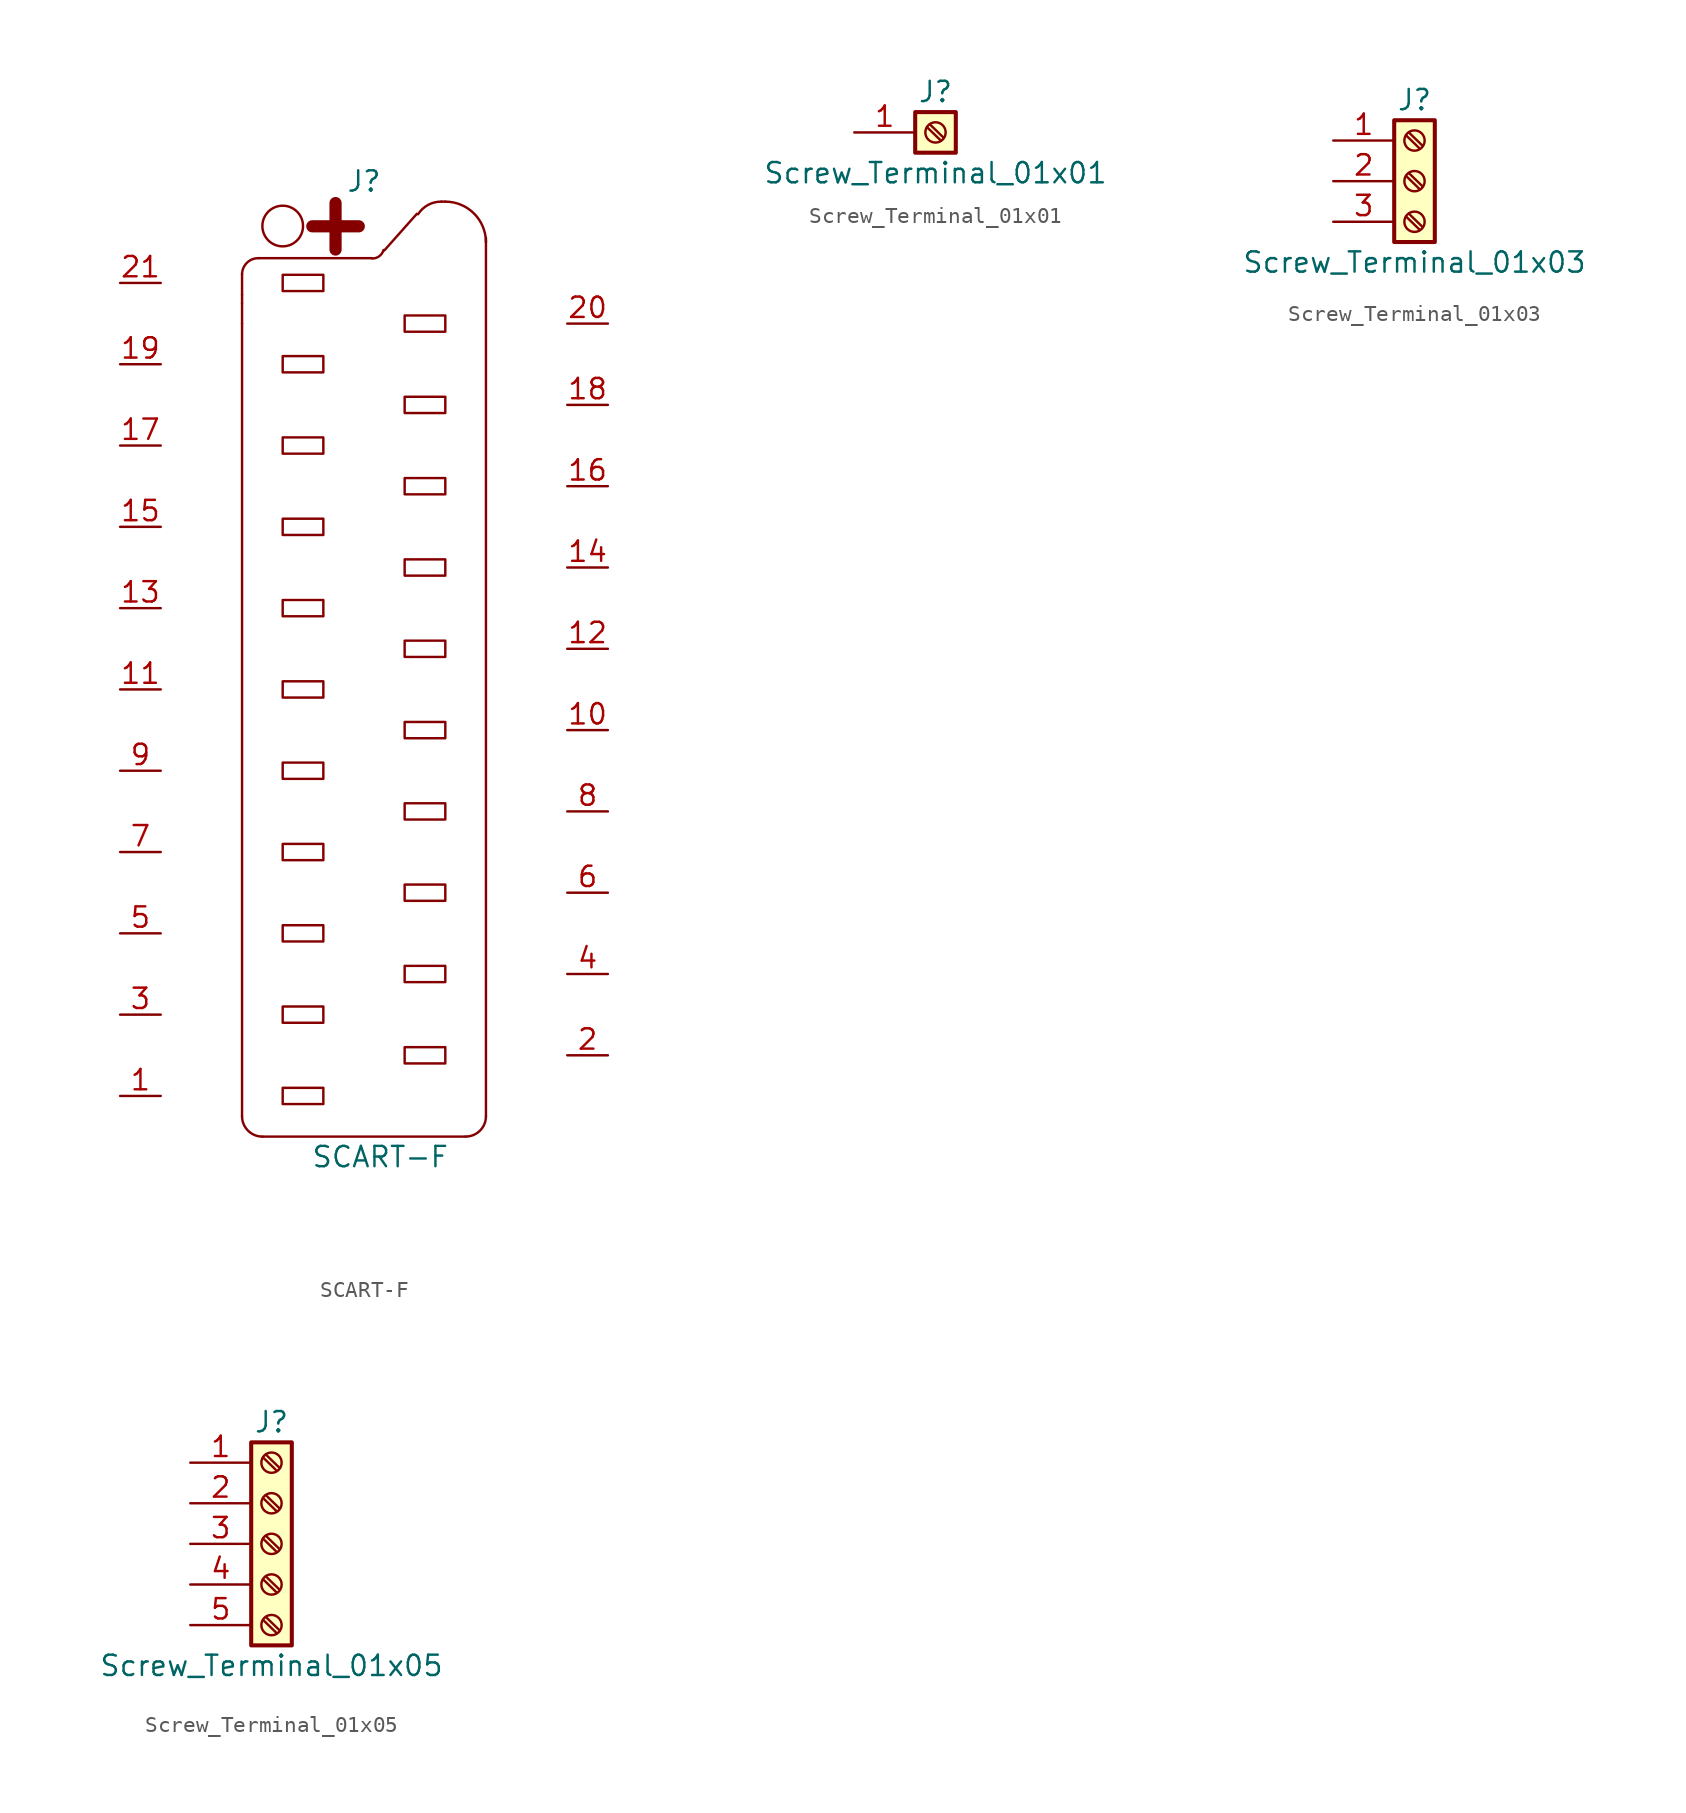
<source format=kicad_sym>
(kicad_symbol_lib
  (version 20241209)
  (generator "kicad_symbol_editor")
  (generator_version "9.0")
  (symbol "SCART-F"
    (pin_names
      (offset 0.762)
      (hide yes))
    (property "Reference" "J"
      (at 0 31.75 0)
      (effects (font (size 1.27 1.27))))
    (property "Value" "SCART-F"
      (at 1.016 -29.21 0)
      (effects (font (size 1.27 1.27))))
    (symbol "SCART-F_0_1"
      (polyline (pts (xy -7.62 24.663) (xy -7.62 25.933)) (stroke (width 0) (type default)) (fill (type none)))
      (polyline (pts (xy -7.62 24.663) (xy -7.62 24.13)) (stroke (width 0) (type default)) (fill (type none)))
      (polyline (pts (xy -7.62 22.86) (xy -7.62 24.13)) (stroke (width 0) (type default)) (fill (type none)))
      (polyline (pts (xy -7.62 22.86) (xy -7.62 -26.67)) (stroke (width 0) (type default)) (fill (type none)))
      (polyline (pts (xy -6.604 26.949) (xy 0.508 26.949)) (stroke (width 0) (type default)) (fill (type none)))
      (arc (start -7.62 25.9334) (mid -7.3224 26.6518) (end -6.604 26.9494) (stroke (width 0) (type default)) (fill (type none)))
      (polyline (pts (xy -6.35 -27.94) (xy 6.35 -27.94)) (stroke (width 0) (type default)) (fill (type none)))
      (arc (start -6.35 -27.94) (mid -7.248 -27.568) (end -7.62 -26.67) (stroke (width 0) (type default)) (fill (type none)))
      (circle (center -5.08 28.956) (radius 1.27) (stroke (width 0) (type default)) (fill (type none)))
      (rectangle (start -5.08 25.908) (end -2.54 24.892) (stroke (width 0) (type default)) (fill (type none)))
      (rectangle (start -5.08 20.828) (end -2.54 19.812) (stroke (width 0) (type default)) (fill (type none)))
      (rectangle (start -5.08 15.748) (end -2.54 14.732) (stroke (width 0) (type default)) (fill (type none)))
      (rectangle (start -5.08 10.668) (end -2.54 9.652) (stroke (width 0) (type default)) (fill (type none)))
      (rectangle (start -5.08 5.588) (end -2.54 4.572) (stroke (width 0) (type default)) (fill (type none)))
      (rectangle (start -5.08 0.508) (end -2.54 -0.508) (stroke (width 0) (type default)) (fill (type none)))
      (rectangle (start -5.08 -4.572) (end -2.54 -5.588) (stroke (width 0) (type default)) (fill (type none)))
      (rectangle (start -5.08 -9.652) (end -2.54 -10.668) (stroke (width 0) (type default)) (fill (type none)))
      (rectangle (start -5.08 -14.732) (end -2.54 -15.748) (stroke (width 0) (type default)) (fill (type none)))
      (rectangle (start -5.08 -19.812) (end -2.54 -20.828) (stroke (width 0) (type default)) (fill (type none)))
      (rectangle (start -5.08 -24.892) (end -2.54 -25.908) (stroke (width 0) (type default)) (fill (type none)))
      (arc (start 1.2192 27.4574) (mid 0.955 27.0688) (end 0.508 26.924) (stroke (width 0) (type default)) (fill (type none)))
      (rectangle (start 2.54 23.368) (end 5.08 22.352) (stroke (width 0) (type default)) (fill (type none)))
      (rectangle (start 2.54 18.288) (end 5.08 17.272) (stroke (width 0) (type default)) (fill (type none)))
      (rectangle (start 2.54 13.208) (end 5.08 12.192) (stroke (width 0) (type default)) (fill (type none)))
      (rectangle (start 2.54 8.128) (end 5.08 7.112) (stroke (width 0) (type default)) (fill (type none)))
      (rectangle (start 2.54 3.048) (end 5.08 2.032) (stroke (width 0) (type default)) (fill (type none)))
      (rectangle (start 2.54 -2.032) (end 5.08 -3.048) (stroke (width 0) (type default)) (fill (type none)))
      (rectangle (start 2.54 -7.112) (end 5.08 -8.128) (stroke (width 0) (type default)) (fill (type none)))
      (rectangle (start 2.54 -12.192) (end 5.08 -13.208) (stroke (width 0) (type default)) (fill (type none)))
      (rectangle (start 2.54 -17.272) (end 5.08 -18.288) (stroke (width 0) (type default)) (fill (type none)))
      (rectangle (start 2.54 -22.352) (end 5.08 -23.368) (stroke (width 0) (type default)) (fill (type none)))
      (polyline (pts (xy 3.302 29.718) (xy 1.27 27.432)) (stroke (width 0) (type default)) (fill (type none)))
      (arc (start 3.3782 29.6926) (mid 4.0004 30.2733) (end 4.826 30.48) (stroke (width 0) (type default)) (fill (type none)))
      (polyline (pts (xy 4.826 30.48) (xy 5.08 30.48)) (stroke (width 0) (type default)) (fill (type none)))
      (arc (start 5.08 30.48) (mid 6.8761 29.7361) (end 7.62 27.94) (stroke (width 0) (type default)) (fill (type none)))
      (arc (start 7.62 -26.67) (mid 7.248 -27.568) (end 6.35 -27.94) (stroke (width 0) (type default)) (fill (type none)))
      (polyline (pts (xy 7.62 -26.67) (xy 7.62 28.219)) (stroke (width 0) (type default)) (fill (type none)))
      (text "+" (at -1.778 29.21 0) (effects (font (size 3.81 3.81) (bold yes)))))
    (symbol "SCART-F_1_1"
      (pin passive line (at -15.24 25.4 0) (length 2.54) (name "P21" (effects (font (size 1.27 1.27)))) (number "21" (effects (font (size 1.27 1.27)))))
      (pin passive line (at -15.24 20.32 0) (length 2.54) (name "P19" (effects (font (size 1.27 1.27)))) (number "19" (effects (font (size 1.27 1.27)))))
      (pin passive line (at -15.24 15.24 0) (length 2.54) (name "P17" (effects (font (size 1.27 1.27)))) (number "17" (effects (font (size 1.27 1.27)))))
      (pin passive line (at -15.24 10.16 0) (length 2.54) (name "P15" (effects (font (size 1.27 1.27)))) (number "15" (effects (font (size 1.27 1.27)))))
      (pin passive line (at -15.24 5.08 0) (length 2.54) (name "P13" (effects (font (size 1.27 1.27)))) (number "13" (effects (font (size 1.27 1.27)))))
      (pin passive line (at -15.24 0 0) (length 2.54) (name "P11" (effects (font (size 1.27 1.27)))) (number "11" (effects (font (size 1.27 1.27)))))
      (pin passive line (at -15.24 -5.08 0) (length 2.54) (name "P9" (effects (font (size 1.27 1.27)))) (number "9" (effects (font (size 1.27 1.27)))))
      (pin passive line (at -15.24 -10.16 0) (length 2.54) (name "P7" (effects (font (size 1.27 1.27)))) (number "7" (effects (font (size 1.27 1.27)))))
      (pin passive line (at -15.24 -15.24 0) (length 2.54) (name "P5" (effects (font (size 1.27 1.27)))) (number "5" (effects (font (size 1.27 1.27)))))
      (pin passive line (at -15.24 -20.32 0) (length 2.54) (name "P3" (effects (font (size 1.27 1.27)))) (number "3" (effects (font (size 1.27 1.27)))))
      (pin passive line (at -15.24 -25.4 0) (length 2.54) (name "P1" (effects (font (size 1.27 1.27)))) (number "1" (effects (font (size 1.27 1.27)))))
      (pin passive line (at 15.24 22.86 180) (length 2.54) (name "P20" (effects (font (size 1.27 1.27)))) (number "20" (effects (font (size 1.27 1.27)))))
      (pin passive line (at 15.24 17.78 180) (length 2.54) (name "P18" (effects (font (size 1.27 1.27)))) (number "18" (effects (font (size 1.27 1.27)))))
      (pin passive line (at 15.24 12.7 180) (length 2.54) (name "P16" (effects (font (size 1.27 1.27)))) (number "16" (effects (font (size 1.27 1.27)))))
      (pin passive line (at 15.24 7.62 180) (length 2.54) (name "P14" (effects (font (size 1.27 1.27)))) (number "14" (effects (font (size 1.27 1.27)))))
      (pin passive line (at 15.24 2.54 180) (length 2.54) (name "P12" (effects (font (size 1.27 1.27)))) (number "12" (effects (font (size 1.27 1.27)))))
      (pin passive line (at 15.24 -2.54 180) (length 2.54) (name "P10" (effects (font (size 1.27 1.27)))) (number "10" (effects (font (size 1.27 1.27)))))
      (pin passive line (at 15.24 -7.62 180) (length 2.54) (name "P8" (effects (font (size 1.27 1.27)))) (number "8" (effects (font (size 1.27 1.27)))))
      (pin passive line (at 15.24 -12.7 180) (length 2.54) (name "P6" (effects (font (size 1.27 1.27)))) (number "6" (effects (font (size 1.27 1.27)))))
      (pin passive line (at 15.24 -17.78 180) (length 2.54) (name "P4" (effects (font (size 1.27 1.27)))) (number "4" (effects (font (size 1.27 1.27)))))
      (pin passive line (at 15.24 -22.86 180) (length 2.54) (name "P2" (effects (font (size 1.27 1.27)))) (number "2" (effects (font (size 1.27 1.27)))))))
  (symbol "Screw_Terminal_01x01"
    (pin_names
      (offset 1.016)
      (hide yes))
    (property "Reference" "J"
      (at 0 2.54 0)
      (effects (font (size 1.27 1.27))))
    (property "Value" "Screw_Terminal_01x01"
      (at 0 -2.54 0)
      (effects (font (size 1.27 1.27))))
    (symbol "Screw_Terminal_01x01_1_1"
      (rectangle (start -1.27 1.27) (end 1.27 -1.27) (stroke (width 0.254) (type default)) (fill (type background)))
      (polyline (pts (xy -0.533 0.33) (xy 0.33 -0.508)) (stroke (width 0.152) (type default)) (fill (type none)))
      (polyline (pts (xy -0.356 0.508) (xy 0.508 -0.33)) (stroke (width 0.152) (type default)) (fill (type none)))
      (circle (center 0 0) (radius 0.635) (stroke (width 0.152) (type default)) (fill (type none)))
      (pin passive line (at -5.08 0 0) (length 3.81) (name "Pin_1" (effects (font (size 1.27 1.27)))) (number "1" (effects (font (size 1.27 1.27)))))))
  (symbol "Screw_Terminal_01x03"
    (pin_names
      (offset 1.016)
      (hide yes))
    (property "Reference" "J"
      (at 0 5.08 0)
      (effects (font (size 1.27 1.27))))
    (property "Value" "Screw_Terminal_01x03"
      (at 0 -5.08 0)
      (effects (font (size 1.27 1.27))))
    (symbol "Screw_Terminal_01x03_1_1"
      (rectangle (start -1.27 3.81) (end 1.27 -3.81) (stroke (width 0.254) (type default)) (fill (type background)))
      (polyline (pts (xy -0.533 2.87) (xy 0.33 2.032)) (stroke (width 0.152) (type default)) (fill (type none)))
      (polyline (pts (xy -0.533 0.33) (xy 0.33 -0.508)) (stroke (width 0.152) (type default)) (fill (type none)))
      (polyline (pts (xy -0.533 -2.21) (xy 0.33 -3.048)) (stroke (width 0.152) (type default)) (fill (type none)))
      (polyline (pts (xy -0.356 3.048) (xy 0.508 2.21)) (stroke (width 0.152) (type default)) (fill (type none)))
      (polyline (pts (xy -0.356 0.508) (xy 0.508 -0.33)) (stroke (width 0.152) (type default)) (fill (type none)))
      (polyline (pts (xy -0.356 -2.032) (xy 0.508 -2.87)) (stroke (width 0.152) (type default)) (fill (type none)))
      (circle (center 0 2.54) (radius 0.635) (stroke (width 0.152) (type default)) (fill (type none)))
      (circle (center 0 0) (radius 0.635) (stroke (width 0.152) (type default)) (fill (type none)))
      (circle (center 0 -2.54) (radius 0.635) (stroke (width 0.152) (type default)) (fill (type none)))
      (pin passive line (at -5.08 2.54 0) (length 3.81) (name "Pin_1" (effects (font (size 1.27 1.27)))) (number "1" (effects (font (size 1.27 1.27)))))
      (pin passive line (at -5.08 0 0) (length 3.81) (name "Pin_2" (effects (font (size 1.27 1.27)))) (number "2" (effects (font (size 1.27 1.27)))))
      (pin passive line (at -5.08 -2.54 0) (length 3.81) (name "Pin_3" (effects (font (size 1.27 1.27)))) (number "3" (effects (font (size 1.27 1.27)))))))
  (symbol "Screw_Terminal_01x05"
    (pin_names
      (offset 1.016)
      (hide yes))
    (property "Reference" "J"
      (at 0 7.62 0)
      (effects (font (size 1.27 1.27))))
    (property "Value" "Screw_Terminal_01x05"
      (at 0 -7.62 0)
      (effects (font (size 1.27 1.27))))
    (symbol "Screw_Terminal_01x05_1_1"
      (rectangle (start -1.27 6.35) (end 1.27 -6.35) (stroke (width 0.254) (type default)) (fill (type background)))
      (polyline (pts (xy -0.533 5.41) (xy 0.33 4.572)) (stroke (width 0.152) (type default)) (fill (type none)))
      (polyline (pts (xy -0.533 2.87) (xy 0.33 2.032)) (stroke (width 0.152) (type default)) (fill (type none)))
      (polyline (pts (xy -0.533 0.33) (xy 0.33 -0.508)) (stroke (width 0.152) (type default)) (fill (type none)))
      (polyline (pts (xy -0.533 -2.21) (xy 0.33 -3.048)) (stroke (width 0.152) (type default)) (fill (type none)))
      (polyline (pts (xy -0.533 -4.75) (xy 0.33 -5.588)) (stroke (width 0.152) (type default)) (fill (type none)))
      (polyline (pts (xy -0.356 5.588) (xy 0.508 4.75)) (stroke (width 0.152) (type default)) (fill (type none)))
      (polyline (pts (xy -0.356 3.048) (xy 0.508 2.21)) (stroke (width 0.152) (type default)) (fill (type none)))
      (polyline (pts (xy -0.356 0.508) (xy 0.508 -0.33)) (stroke (width 0.152) (type default)) (fill (type none)))
      (polyline (pts (xy -0.356 -2.032) (xy 0.508 -2.87)) (stroke (width 0.152) (type default)) (fill (type none)))
      (polyline (pts (xy -0.356 -4.572) (xy 0.508 -5.41)) (stroke (width 0.152) (type default)) (fill (type none)))
      (circle (center 0 5.08) (radius 0.635) (stroke (width 0.152) (type default)) (fill (type none)))
      (circle (center 0 2.54) (radius 0.635) (stroke (width 0.152) (type default)) (fill (type none)))
      (circle (center 0 0) (radius 0.635) (stroke (width 0.152) (type default)) (fill (type none)))
      (circle (center 0 -2.54) (radius 0.635) (stroke (width 0.152) (type default)) (fill (type none)))
      (circle (center 0 -5.08) (radius 0.635) (stroke (width 0.152) (type default)) (fill (type none)))
      (pin passive line (at -5.08 5.08 0) (length 3.81) (name "Pin_1" (effects (font (size 1.27 1.27)))) (number "1" (effects (font (size 1.27 1.27)))))
      (pin passive line (at -5.08 2.54 0) (length 3.81) (name "Pin_2" (effects (font (size 1.27 1.27)))) (number "2" (effects (font (size 1.27 1.27)))))
      (pin passive line (at -5.08 0 0) (length 3.81) (name "Pin_3" (effects (font (size 1.27 1.27)))) (number "3" (effects (font (size 1.27 1.27)))))
      (pin passive line (at -5.08 -2.54 0) (length 3.81) (name "Pin_4" (effects (font (size 1.27 1.27)))) (number "4" (effects (font (size 1.27 1.27)))))
      (pin passive line (at -5.08 -5.08 0) (length 3.81) (name "Pin_5" (effects (font (size 1.27 1.27)))) (number "5" (effects (font (size 1.27 1.27))))))))
</source>
